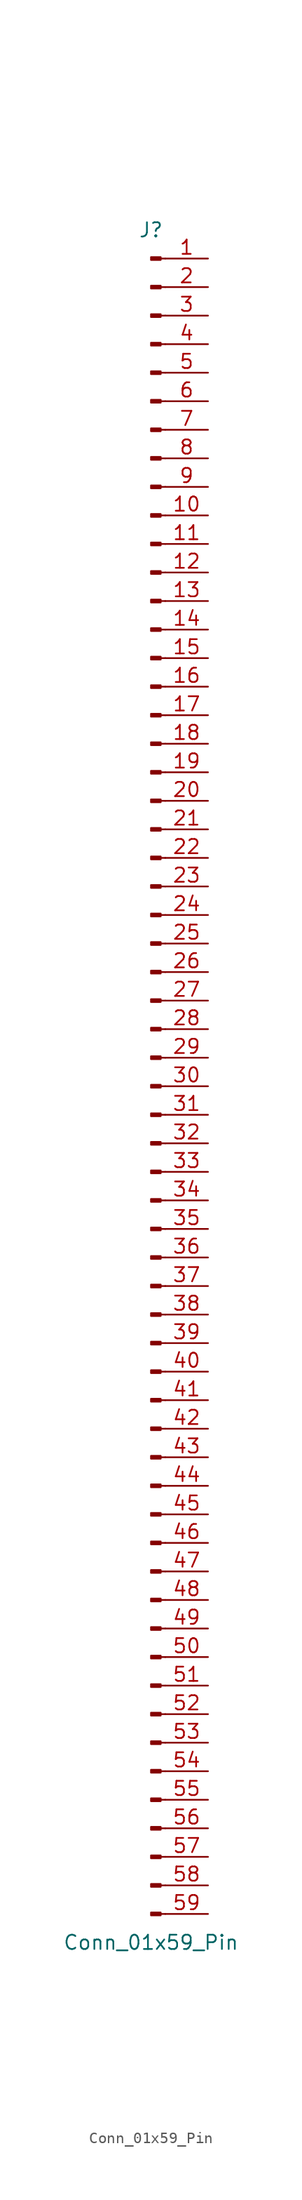
<source format=kicad_sym>
(kicad_symbol_lib
  (version 20241209)
  (generator "kicad_symbol_editor")
  (generator_version "9.0")
  (symbol "Conn_01x59_Pin"
    (pin_names
      (offset 1.016)
      (hide yes))
    (property "Reference" "J"
      (at 0 76.2 0)
      (effects (font (size 1.27 1.27))))
    (property "Value" "Conn_01x59_Pin"
      (at 0 -76.2 0)
      (effects (font (size 1.27 1.27))))
    (property "ki_locked" ""
      (at 0 0 0)
      (effects (font (size 1.27 1.27))))
    (symbol "Conn_01x59_Pin_1_1"
      (rectangle (start 0.864 73.787) (end 0 73.533) (stroke (width 0.152) (type default)) (fill (type outline)))
      (rectangle (start 0.864 71.247) (end 0 70.993) (stroke (width 0.152) (type default)) (fill (type outline)))
      (rectangle (start 0.864 68.707) (end 0 68.453) (stroke (width 0.152) (type default)) (fill (type outline)))
      (rectangle (start 0.864 66.167) (end 0 65.913) (stroke (width 0.152) (type default)) (fill (type outline)))
      (rectangle (start 0.864 63.627) (end 0 63.373) (stroke (width 0.152) (type default)) (fill (type outline)))
      (rectangle (start 0.864 61.087) (end 0 60.833) (stroke (width 0.152) (type default)) (fill (type outline)))
      (rectangle (start 0.864 58.547) (end 0 58.293) (stroke (width 0.152) (type default)) (fill (type outline)))
      (rectangle (start 0.864 56.007) (end 0 55.753) (stroke (width 0.152) (type default)) (fill (type outline)))
      (rectangle (start 0.864 53.467) (end 0 53.213) (stroke (width 0.152) (type default)) (fill (type outline)))
      (rectangle (start 0.864 50.927) (end 0 50.673) (stroke (width 0.152) (type default)) (fill (type outline)))
      (rectangle (start 0.864 48.387) (end 0 48.133) (stroke (width 0.152) (type default)) (fill (type outline)))
      (rectangle (start 0.864 45.847) (end 0 45.593) (stroke (width 0.152) (type default)) (fill (type outline)))
      (rectangle (start 0.864 43.307) (end 0 43.053) (stroke (width 0.152) (type default)) (fill (type outline)))
      (rectangle (start 0.864 40.767) (end 0 40.513) (stroke (width 0.152) (type default)) (fill (type outline)))
      (rectangle (start 0.864 38.227) (end 0 37.973) (stroke (width 0.152) (type default)) (fill (type outline)))
      (rectangle (start 0.864 35.687) (end 0 35.433) (stroke (width 0.152) (type default)) (fill (type outline)))
      (rectangle (start 0.864 33.147) (end 0 32.893) (stroke (width 0.152) (type default)) (fill (type outline)))
      (rectangle (start 0.864 30.607) (end 0 30.353) (stroke (width 0.152) (type default)) (fill (type outline)))
      (rectangle (start 0.864 28.067) (end 0 27.813) (stroke (width 0.152) (type default)) (fill (type outline)))
      (rectangle (start 0.864 25.527) (end 0 25.273) (stroke (width 0.152) (type default)) (fill (type outline)))
      (rectangle (start 0.864 22.987) (end 0 22.733) (stroke (width 0.152) (type default)) (fill (type outline)))
      (rectangle (start 0.864 20.447) (end 0 20.193) (stroke (width 0.152) (type default)) (fill (type outline)))
      (rectangle (start 0.864 17.907) (end 0 17.653) (stroke (width 0.152) (type default)) (fill (type outline)))
      (rectangle (start 0.864 15.367) (end 0 15.113) (stroke (width 0.152) (type default)) (fill (type outline)))
      (rectangle (start 0.864 12.827) (end 0 12.573) (stroke (width 0.152) (type default)) (fill (type outline)))
      (rectangle (start 0.864 10.287) (end 0 10.033) (stroke (width 0.152) (type default)) (fill (type outline)))
      (rectangle (start 0.864 7.747) (end 0 7.493) (stroke (width 0.152) (type default)) (fill (type outline)))
      (rectangle (start 0.864 5.207) (end 0 4.953) (stroke (width 0.152) (type default)) (fill (type outline)))
      (rectangle (start 0.864 2.667) (end 0 2.413) (stroke (width 0.152) (type default)) (fill (type outline)))
      (rectangle (start 0.864 0.127) (end 0 -0.127) (stroke (width 0.152) (type default)) (fill (type outline)))
      (rectangle (start 0.864 -2.413) (end 0 -2.667) (stroke (width 0.152) (type default)) (fill (type outline)))
      (rectangle (start 0.864 -4.953) (end 0 -5.207) (stroke (width 0.152) (type default)) (fill (type outline)))
      (rectangle (start 0.864 -7.493) (end 0 -7.747) (stroke (width 0.152) (type default)) (fill (type outline)))
      (rectangle (start 0.864 -10.033) (end 0 -10.287) (stroke (width 0.152) (type default)) (fill (type outline)))
      (rectangle (start 0.864 -12.573) (end 0 -12.827) (stroke (width 0.152) (type default)) (fill (type outline)))
      (rectangle (start 0.864 -15.113) (end 0 -15.367) (stroke (width 0.152) (type default)) (fill (type outline)))
      (rectangle (start 0.864 -17.653) (end 0 -17.907) (stroke (width 0.152) (type default)) (fill (type outline)))
      (rectangle (start 0.864 -20.193) (end 0 -20.447) (stroke (width 0.152) (type default)) (fill (type outline)))
      (rectangle (start 0.864 -22.733) (end 0 -22.987) (stroke (width 0.152) (type default)) (fill (type outline)))
      (rectangle (start 0.864 -25.273) (end 0 -25.527) (stroke (width 0.152) (type default)) (fill (type outline)))
      (rectangle (start 0.864 -27.813) (end 0 -28.067) (stroke (width 0.152) (type default)) (fill (type outline)))
      (rectangle (start 0.864 -30.353) (end 0 -30.607) (stroke (width 0.152) (type default)) (fill (type outline)))
      (rectangle (start 0.864 -32.893) (end 0 -33.147) (stroke (width 0.152) (type default)) (fill (type outline)))
      (rectangle (start 0.864 -35.433) (end 0 -35.687) (stroke (width 0.152) (type default)) (fill (type outline)))
      (rectangle (start 0.864 -37.973) (end 0 -38.227) (stroke (width 0.152) (type default)) (fill (type outline)))
      (rectangle (start 0.864 -40.513) (end 0 -40.767) (stroke (width 0.152) (type default)) (fill (type outline)))
      (rectangle (start 0.864 -43.053) (end 0 -43.307) (stroke (width 0.152) (type default)) (fill (type outline)))
      (rectangle (start 0.864 -45.593) (end 0 -45.847) (stroke (width 0.152) (type default)) (fill (type outline)))
      (rectangle (start 0.864 -48.133) (end 0 -48.387) (stroke (width 0.152) (type default)) (fill (type outline)))
      (rectangle (start 0.864 -50.673) (end 0 -50.927) (stroke (width 0.152) (type default)) (fill (type outline)))
      (rectangle (start 0.864 -53.213) (end 0 -53.467) (stroke (width 0.152) (type default)) (fill (type outline)))
      (rectangle (start 0.864 -55.753) (end 0 -56.007) (stroke (width 0.152) (type default)) (fill (type outline)))
      (rectangle (start 0.864 -58.293) (end 0 -58.547) (stroke (width 0.152) (type default)) (fill (type outline)))
      (rectangle (start 0.864 -60.833) (end 0 -61.087) (stroke (width 0.152) (type default)) (fill (type outline)))
      (rectangle (start 0.864 -63.373) (end 0 -63.627) (stroke (width 0.152) (type default)) (fill (type outline)))
      (rectangle (start 0.864 -65.913) (end 0 -66.167) (stroke (width 0.152) (type default)) (fill (type outline)))
      (rectangle (start 0.864 -68.453) (end 0 -68.707) (stroke (width 0.152) (type default)) (fill (type outline)))
      (rectangle (start 0.864 -70.993) (end 0 -71.247) (stroke (width 0.152) (type default)) (fill (type outline)))
      (rectangle (start 0.864 -73.533) (end 0 -73.787) (stroke (width 0.152) (type default)) (fill (type outline)))
      (polyline (pts (xy 1.27 73.66) (xy 0.864 73.66)) (stroke (width 0.152) (type default)) (fill (type none)))
      (polyline (pts (xy 1.27 71.12) (xy 0.864 71.12)) (stroke (width 0.152) (type default)) (fill (type none)))
      (polyline (pts (xy 1.27 68.58) (xy 0.864 68.58)) (stroke (width 0.152) (type default)) (fill (type none)))
      (polyline (pts (xy 1.27 66.04) (xy 0.864 66.04)) (stroke (width 0.152) (type default)) (fill (type none)))
      (polyline (pts (xy 1.27 63.5) (xy 0.864 63.5)) (stroke (width 0.152) (type default)) (fill (type none)))
      (polyline (pts (xy 1.27 60.96) (xy 0.864 60.96)) (stroke (width 0.152) (type default)) (fill (type none)))
      (polyline (pts (xy 1.27 58.42) (xy 0.864 58.42)) (stroke (width 0.152) (type default)) (fill (type none)))
      (polyline (pts (xy 1.27 55.88) (xy 0.864 55.88)) (stroke (width 0.152) (type default)) (fill (type none)))
      (polyline (pts (xy 1.27 53.34) (xy 0.864 53.34)) (stroke (width 0.152) (type default)) (fill (type none)))
      (polyline (pts (xy 1.27 50.8) (xy 0.864 50.8)) (stroke (width 0.152) (type default)) (fill (type none)))
      (polyline (pts (xy 1.27 48.26) (xy 0.864 48.26)) (stroke (width 0.152) (type default)) (fill (type none)))
      (polyline (pts (xy 1.27 45.72) (xy 0.864 45.72)) (stroke (width 0.152) (type default)) (fill (type none)))
      (polyline (pts (xy 1.27 43.18) (xy 0.864 43.18)) (stroke (width 0.152) (type default)) (fill (type none)))
      (polyline (pts (xy 1.27 40.64) (xy 0.864 40.64)) (stroke (width 0.152) (type default)) (fill (type none)))
      (polyline (pts (xy 1.27 38.1) (xy 0.864 38.1)) (stroke (width 0.152) (type default)) (fill (type none)))
      (polyline (pts (xy 1.27 35.56) (xy 0.864 35.56)) (stroke (width 0.152) (type default)) (fill (type none)))
      (polyline (pts (xy 1.27 33.02) (xy 0.864 33.02)) (stroke (width 0.152) (type default)) (fill (type none)))
      (polyline (pts (xy 1.27 30.48) (xy 0.864 30.48)) (stroke (width 0.152) (type default)) (fill (type none)))
      (polyline (pts (xy 1.27 27.94) (xy 0.864 27.94)) (stroke (width 0.152) (type default)) (fill (type none)))
      (polyline (pts (xy 1.27 25.4) (xy 0.864 25.4)) (stroke (width 0.152) (type default)) (fill (type none)))
      (polyline (pts (xy 1.27 22.86) (xy 0.864 22.86)) (stroke (width 0.152) (type default)) (fill (type none)))
      (polyline (pts (xy 1.27 20.32) (xy 0.864 20.32)) (stroke (width 0.152) (type default)) (fill (type none)))
      (polyline (pts (xy 1.27 17.78) (xy 0.864 17.78)) (stroke (width 0.152) (type default)) (fill (type none)))
      (polyline (pts (xy 1.27 15.24) (xy 0.864 15.24)) (stroke (width 0.152) (type default)) (fill (type none)))
      (polyline (pts (xy 1.27 12.7) (xy 0.864 12.7)) (stroke (width 0.152) (type default)) (fill (type none)))
      (polyline (pts (xy 1.27 10.16) (xy 0.864 10.16)) (stroke (width 0.152) (type default)) (fill (type none)))
      (polyline (pts (xy 1.27 7.62) (xy 0.864 7.62)) (stroke (width 0.152) (type default)) (fill (type none)))
      (polyline (pts (xy 1.27 5.08) (xy 0.864 5.08)) (stroke (width 0.152) (type default)) (fill (type none)))
      (polyline (pts (xy 1.27 2.54) (xy 0.864 2.54)) (stroke (width 0.152) (type default)) (fill (type none)))
      (polyline (pts (xy 1.27 0) (xy 0.864 0)) (stroke (width 0.152) (type default)) (fill (type none)))
      (polyline (pts (xy 1.27 -2.54) (xy 0.864 -2.54)) (stroke (width 0.152) (type default)) (fill (type none)))
      (polyline (pts (xy 1.27 -5.08) (xy 0.864 -5.08)) (stroke (width 0.152) (type default)) (fill (type none)))
      (polyline (pts (xy 1.27 -7.62) (xy 0.864 -7.62)) (stroke (width 0.152) (type default)) (fill (type none)))
      (polyline (pts (xy 1.27 -10.16) (xy 0.864 -10.16)) (stroke (width 0.152) (type default)) (fill (type none)))
      (polyline (pts (xy 1.27 -12.7) (xy 0.864 -12.7)) (stroke (width 0.152) (type default)) (fill (type none)))
      (polyline (pts (xy 1.27 -15.24) (xy 0.864 -15.24)) (stroke (width 0.152) (type default)) (fill (type none)))
      (polyline (pts (xy 1.27 -17.78) (xy 0.864 -17.78)) (stroke (width 0.152) (type default)) (fill (type none)))
      (polyline (pts (xy 1.27 -20.32) (xy 0.864 -20.32)) (stroke (width 0.152) (type default)) (fill (type none)))
      (polyline (pts (xy 1.27 -22.86) (xy 0.864 -22.86)) (stroke (width 0.152) (type default)) (fill (type none)))
      (polyline (pts (xy 1.27 -25.4) (xy 0.864 -25.4)) (stroke (width 0.152) (type default)) (fill (type none)))
      (polyline (pts (xy 1.27 -27.94) (xy 0.864 -27.94)) (stroke (width 0.152) (type default)) (fill (type none)))
      (polyline (pts (xy 1.27 -30.48) (xy 0.864 -30.48)) (stroke (width 0.152) (type default)) (fill (type none)))
      (polyline (pts (xy 1.27 -33.02) (xy 0.864 -33.02)) (stroke (width 0.152) (type default)) (fill (type none)))
      (polyline (pts (xy 1.27 -35.56) (xy 0.864 -35.56)) (stroke (width 0.152) (type default)) (fill (type none)))
      (polyline (pts (xy 1.27 -38.1) (xy 0.864 -38.1)) (stroke (width 0.152) (type default)) (fill (type none)))
      (polyline (pts (xy 1.27 -40.64) (xy 0.864 -40.64)) (stroke (width 0.152) (type default)) (fill (type none)))
      (polyline (pts (xy 1.27 -43.18) (xy 0.864 -43.18)) (stroke (width 0.152) (type default)) (fill (type none)))
      (polyline (pts (xy 1.27 -45.72) (xy 0.864 -45.72)) (stroke (width 0.152) (type default)) (fill (type none)))
      (polyline (pts (xy 1.27 -48.26) (xy 0.864 -48.26)) (stroke (width 0.152) (type default)) (fill (type none)))
      (polyline (pts (xy 1.27 -50.8) (xy 0.864 -50.8)) (stroke (width 0.152) (type default)) (fill (type none)))
      (polyline (pts (xy 1.27 -53.34) (xy 0.864 -53.34)) (stroke (width 0.152) (type default)) (fill (type none)))
      (polyline (pts (xy 1.27 -55.88) (xy 0.864 -55.88)) (stroke (width 0.152) (type default)) (fill (type none)))
      (polyline (pts (xy 1.27 -58.42) (xy 0.864 -58.42)) (stroke (width 0.152) (type default)) (fill (type none)))
      (polyline (pts (xy 1.27 -60.96) (xy 0.864 -60.96)) (stroke (width 0.152) (type default)) (fill (type none)))
      (polyline (pts (xy 1.27 -63.5) (xy 0.864 -63.5)) (stroke (width 0.152) (type default)) (fill (type none)))
      (polyline (pts (xy 1.27 -66.04) (xy 0.864 -66.04)) (stroke (width 0.152) (type default)) (fill (type none)))
      (polyline (pts (xy 1.27 -68.58) (xy 0.864 -68.58)) (stroke (width 0.152) (type default)) (fill (type none)))
      (polyline (pts (xy 1.27 -71.12) (xy 0.864 -71.12)) (stroke (width 0.152) (type default)) (fill (type none)))
      (polyline (pts (xy 1.27 -73.66) (xy 0.864 -73.66)) (stroke (width 0.152) (type default)) (fill (type none)))
      (pin passive line (at 5.08 73.66 180) (length 3.81) (name "Pin_1" (effects (font (size 1.27 1.27)))) (number "1" (effects (font (size 1.27 1.27)))))
      (pin passive line (at 5.08 71.12 180) (length 3.81) (name "Pin_2" (effects (font (size 1.27 1.27)))) (number "2" (effects (font (size 1.27 1.27)))))
      (pin passive line (at 5.08 68.58 180) (length 3.81) (name "Pin_3" (effects (font (size 1.27 1.27)))) (number "3" (effects (font (size 1.27 1.27)))))
      (pin passive line (at 5.08 66.04 180) (length 3.81) (name "Pin_4" (effects (font (size 1.27 1.27)))) (number "4" (effects (font (size 1.27 1.27)))))
      (pin passive line (at 5.08 63.5 180) (length 3.81) (name "Pin_5" (effects (font (size 1.27 1.27)))) (number "5" (effects (font (size 1.27 1.27)))))
      (pin passive line (at 5.08 60.96 180) (length 3.81) (name "Pin_6" (effects (font (size 1.27 1.27)))) (number "6" (effects (font (size 1.27 1.27)))))
      (pin passive line (at 5.08 58.42 180) (length 3.81) (name "Pin_7" (effects (font (size 1.27 1.27)))) (number "7" (effects (font (size 1.27 1.27)))))
      (pin passive line (at 5.08 55.88 180) (length 3.81) (name "Pin_8" (effects (font (size 1.27 1.27)))) (number "8" (effects (font (size 1.27 1.27)))))
      (pin passive line (at 5.08 53.34 180) (length 3.81) (name "Pin_9" (effects (font (size 1.27 1.27)))) (number "9" (effects (font (size 1.27 1.27)))))
      (pin passive line (at 5.08 50.8 180) (length 3.81) (name "Pin_10" (effects (font (size 1.27 1.27)))) (number "10" (effects (font (size 1.27 1.27)))))
      (pin passive line (at 5.08 48.26 180) (length 3.81) (name "Pin_11" (effects (font (size 1.27 1.27)))) (number "11" (effects (font (size 1.27 1.27)))))
      (pin passive line (at 5.08 45.72 180) (length 3.81) (name "Pin_12" (effects (font (size 1.27 1.27)))) (number "12" (effects (font (size 1.27 1.27)))))
      (pin passive line (at 5.08 43.18 180) (length 3.81) (name "Pin_13" (effects (font (size 1.27 1.27)))) (number "13" (effects (font (size 1.27 1.27)))))
      (pin passive line (at 5.08 40.64 180) (length 3.81) (name "Pin_14" (effects (font (size 1.27 1.27)))) (number "14" (effects (font (size 1.27 1.27)))))
      (pin passive line (at 5.08 38.1 180) (length 3.81) (name "Pin_15" (effects (font (size 1.27 1.27)))) (number "15" (effects (font (size 1.27 1.27)))))
      (pin passive line (at 5.08 35.56 180) (length 3.81) (name "Pin_16" (effects (font (size 1.27 1.27)))) (number "16" (effects (font (size 1.27 1.27)))))
      (pin passive line (at 5.08 33.02 180) (length 3.81) (name "Pin_17" (effects (font (size 1.27 1.27)))) (number "17" (effects (font (size 1.27 1.27)))))
      (pin passive line (at 5.08 30.48 180) (length 3.81) (name "Pin_18" (effects (font (size 1.27 1.27)))) (number "18" (effects (font (size 1.27 1.27)))))
      (pin passive line (at 5.08 27.94 180) (length 3.81) (name "Pin_19" (effects (font (size 1.27 1.27)))) (number "19" (effects (font (size 1.27 1.27)))))
      (pin passive line (at 5.08 25.4 180) (length 3.81) (name "Pin_20" (effects (font (size 1.27 1.27)))) (number "20" (effects (font (size 1.27 1.27)))))
      (pin passive line (at 5.08 22.86 180) (length 3.81) (name "Pin_21" (effects (font (size 1.27 1.27)))) (number "21" (effects (font (size 1.27 1.27)))))
      (pin passive line (at 5.08 20.32 180) (length 3.81) (name "Pin_22" (effects (font (size 1.27 1.27)))) (number "22" (effects (font (size 1.27 1.27)))))
      (pin passive line (at 5.08 17.78 180) (length 3.81) (name "Pin_23" (effects (font (size 1.27 1.27)))) (number "23" (effects (font (size 1.27 1.27)))))
      (pin passive line (at 5.08 15.24 180) (length 3.81) (name "Pin_24" (effects (font (size 1.27 1.27)))) (number "24" (effects (font (size 1.27 1.27)))))
      (pin passive line (at 5.08 12.7 180) (length 3.81) (name "Pin_25" (effects (font (size 1.27 1.27)))) (number "25" (effects (font (size 1.27 1.27)))))
      (pin passive line (at 5.08 10.16 180) (length 3.81) (name "Pin_26" (effects (font (size 1.27 1.27)))) (number "26" (effects (font (size 1.27 1.27)))))
      (pin passive line (at 5.08 7.62 180) (length 3.81) (name "Pin_27" (effects (font (size 1.27 1.27)))) (number "27" (effects (font (size 1.27 1.27)))))
      (pin passive line (at 5.08 5.08 180) (length 3.81) (name "Pin_28" (effects (font (size 1.27 1.27)))) (number "28" (effects (font (size 1.27 1.27)))))
      (pin passive line (at 5.08 2.54 180) (length 3.81) (name "Pin_29" (effects (font (size 1.27 1.27)))) (number "29" (effects (font (size 1.27 1.27)))))
      (pin passive line (at 5.08 0 180) (length 3.81) (name "Pin_30" (effects (font (size 1.27 1.27)))) (number "30" (effects (font (size 1.27 1.27)))))
      (pin passive line (at 5.08 -2.54 180) (length 3.81) (name "Pin_31" (effects (font (size 1.27 1.27)))) (number "31" (effects (font (size 1.27 1.27)))))
      (pin passive line (at 5.08 -5.08 180) (length 3.81) (name "Pin_32" (effects (font (size 1.27 1.27)))) (number "32" (effects (font (size 1.27 1.27)))))
      (pin passive line (at 5.08 -7.62 180) (length 3.81) (name "Pin_33" (effects (font (size 1.27 1.27)))) (number "33" (effects (font (size 1.27 1.27)))))
      (pin passive line (at 5.08 -10.16 180) (length 3.81) (name "Pin_34" (effects (font (size 1.27 1.27)))) (number "34" (effects (font (size 1.27 1.27)))))
      (pin passive line (at 5.08 -12.7 180) (length 3.81) (name "Pin_35" (effects (font (size 1.27 1.27)))) (number "35" (effects (font (size 1.27 1.27)))))
      (pin passive line (at 5.08 -15.24 180) (length 3.81) (name "Pin_36" (effects (font (size 1.27 1.27)))) (number "36" (effects (font (size 1.27 1.27)))))
      (pin passive line (at 5.08 -17.78 180) (length 3.81) (name "Pin_37" (effects (font (size 1.27 1.27)))) (number "37" (effects (font (size 1.27 1.27)))))
      (pin passive line (at 5.08 -20.32 180) (length 3.81) (name "Pin_38" (effects (font (size 1.27 1.27)))) (number "38" (effects (font (size 1.27 1.27)))))
      (pin passive line (at 5.08 -22.86 180) (length 3.81) (name "Pin_39" (effects (font (size 1.27 1.27)))) (number "39" (effects (font (size 1.27 1.27)))))
      (pin passive line (at 5.08 -25.4 180) (length 3.81) (name "Pin_40" (effects (font (size 1.27 1.27)))) (number "40" (effects (font (size 1.27 1.27)))))
      (pin passive line (at 5.08 -27.94 180) (length 3.81) (name "Pin_41" (effects (font (size 1.27 1.27)))) (number "41" (effects (font (size 1.27 1.27)))))
      (pin passive line (at 5.08 -30.48 180) (length 3.81) (name "Pin_42" (effects (font (size 1.27 1.27)))) (number "42" (effects (font (size 1.27 1.27)))))
      (pin passive line (at 5.08 -33.02 180) (length 3.81) (name "Pin_43" (effects (font (size 1.27 1.27)))) (number "43" (effects (font (size 1.27 1.27)))))
      (pin passive line (at 5.08 -35.56 180) (length 3.81) (name "Pin_44" (effects (font (size 1.27 1.27)))) (number "44" (effects (font (size 1.27 1.27)))))
      (pin passive line (at 5.08 -38.1 180) (length 3.81) (name "Pin_45" (effects (font (size 1.27 1.27)))) (number "45" (effects (font (size 1.27 1.27)))))
      (pin passive line (at 5.08 -40.64 180) (length 3.81) (name "Pin_46" (effects (font (size 1.27 1.27)))) (number "46" (effects (font (size 1.27 1.27)))))
      (pin passive line (at 5.08 -43.18 180) (length 3.81) (name "Pin_47" (effects (font (size 1.27 1.27)))) (number "47" (effects (font (size 1.27 1.27)))))
      (pin passive line (at 5.08 -45.72 180) (length 3.81) (name "Pin_48" (effects (font (size 1.27 1.27)))) (number "48" (effects (font (size 1.27 1.27)))))
      (pin passive line (at 5.08 -48.26 180) (length 3.81) (name "Pin_49" (effects (font (size 1.27 1.27)))) (number "49" (effects (font (size 1.27 1.27)))))
      (pin passive line (at 5.08 -50.8 180) (length 3.81) (name "Pin_50" (effects (font (size 1.27 1.27)))) (number "50" (effects (font (size 1.27 1.27)))))
      (pin passive line (at 5.08 -53.34 180) (length 3.81) (name "Pin_51" (effects (font (size 1.27 1.27)))) (number "51" (effects (font (size 1.27 1.27)))))
      (pin passive line (at 5.08 -55.88 180) (length 3.81) (name "Pin_52" (effects (font (size 1.27 1.27)))) (number "52" (effects (font (size 1.27 1.27)))))
      (pin passive line (at 5.08 -58.42 180) (length 3.81) (name "Pin_53" (effects (font (size 1.27 1.27)))) (number "53" (effects (font (size 1.27 1.27)))))
      (pin passive line (at 5.08 -60.96 180) (length 3.81) (name "Pin_54" (effects (font (size 1.27 1.27)))) (number "54" (effects (font (size 1.27 1.27)))))
      (pin passive line (at 5.08 -63.5 180) (length 3.81) (name "Pin_55" (effects (font (size 1.27 1.27)))) (number "55" (effects (font (size 1.27 1.27)))))
      (pin passive line (at 5.08 -66.04 180) (length 3.81) (name "Pin_56" (effects (font (size 1.27 1.27)))) (number "56" (effects (font (size 1.27 1.27)))))
      (pin passive line (at 5.08 -68.58 180) (length 3.81) (name "Pin_57" (effects (font (size 1.27 1.27)))) (number "57" (effects (font (size 1.27 1.27)))))
      (pin passive line (at 5.08 -71.12 180) (length 3.81) (name "Pin_58" (effects (font (size 1.27 1.27)))) (number "58" (effects (font (size 1.27 1.27)))))
      (pin passive line (at 5.08 -73.66 180) (length 3.81) (name "Pin_59" (effects (font (size 1.27 1.27)))) (number "59" (effects (font (size 1.27 1.27))))))))
</source>
